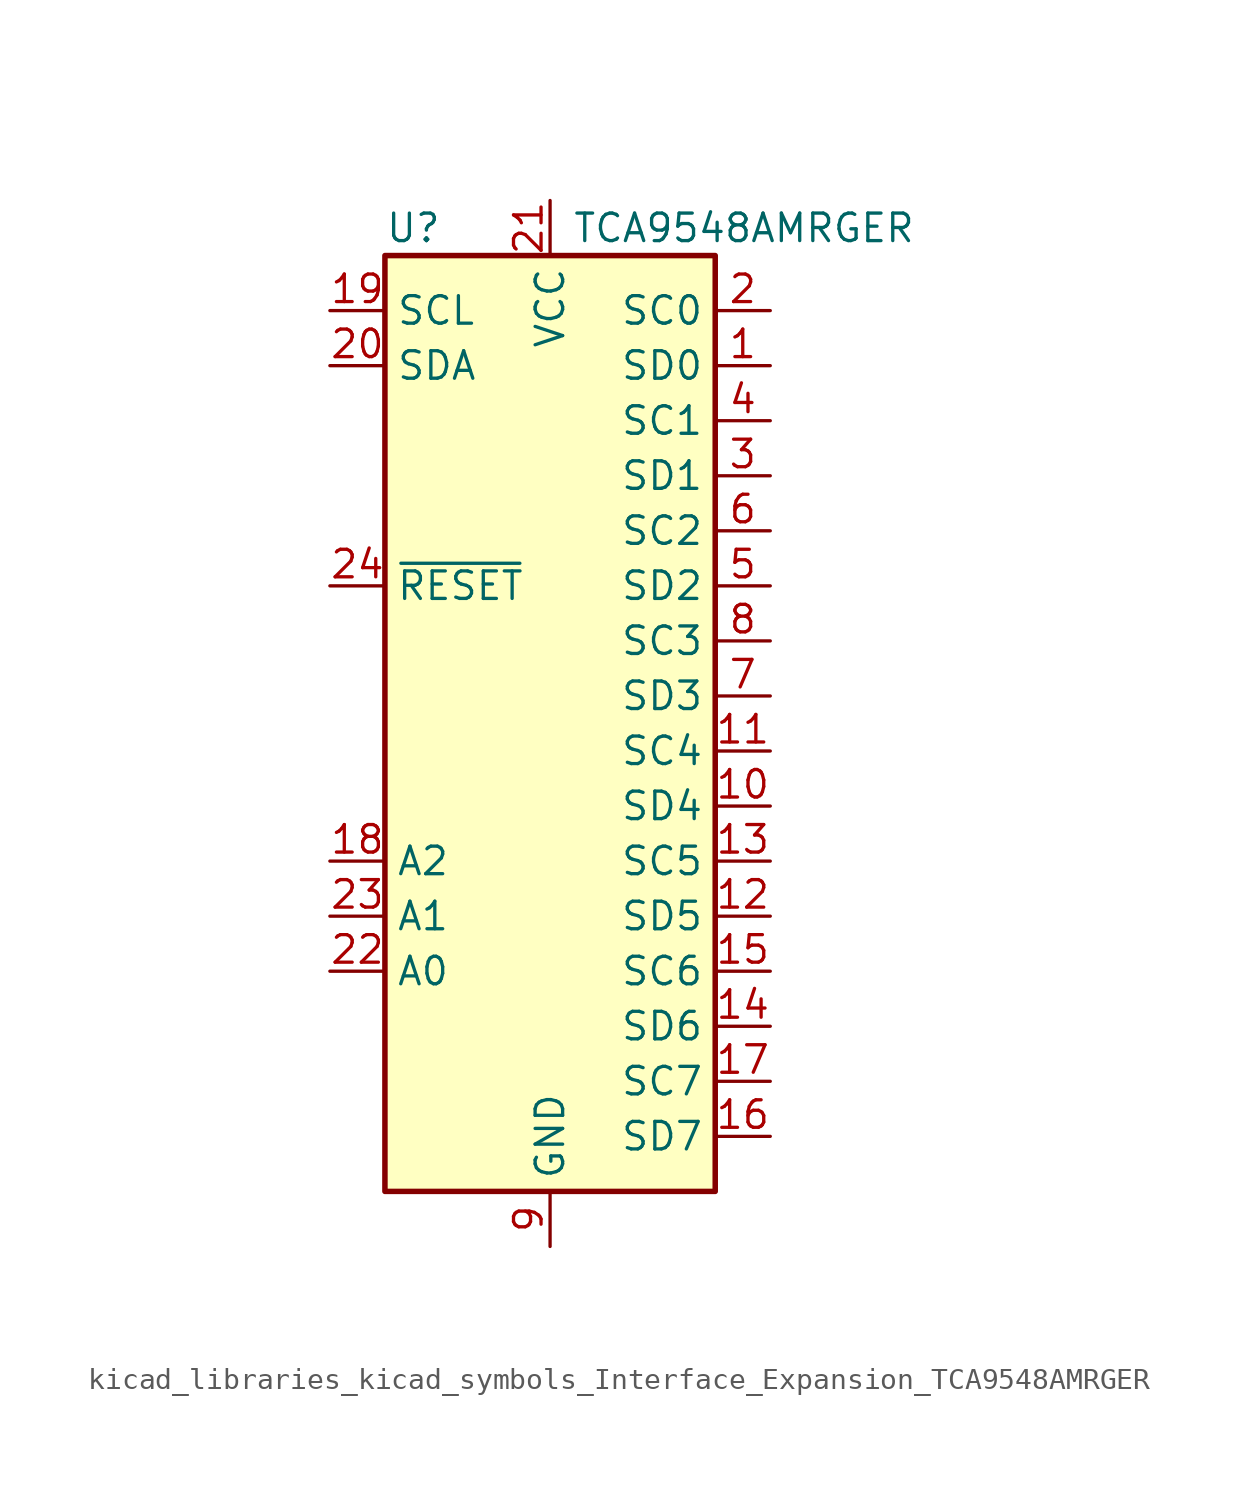
<source format=kicad_sym>
(kicad_symbol_lib
  (version 20220914)
  (generator kicad_symbol_editor)
  (symbol "kicad_libraries_kicad_symbols_Interface_Expansion_TCA9548AMRGER"
    (property "Reference" "U"
      (at -7.62 21.59 0)
      (effects (font (size 1.27 1.27)) (justify left)))
    (property "Value" "TCA9548AMRGER"
      (at 1.016 21.59 0)
      (effects (font (size 1.27 1.27)) (justify left)))
    (symbol "kicad_libraries_kicad_symbols_Interface_Expansion_TCA9548AMRGER_0_1"
      (rectangle (start -7.62 20.32) (end 7.62 -22.86) (stroke (width 0.254) (type default)) (fill (type background))))
    (symbol "kicad_libraries_kicad_symbols_Interface_Expansion_TCA9548AMRGER_1_1"
      (pin bidirectional line (at 10.16 15.24 180) (length 2.54) (name "SD0" (effects (font (size 1.27 1.27)))) (number "1" (effects (font (size 1.27 1.27)))))
      (pin bidirectional line (at 10.16 -5.08 180) (length 2.54) (name "SD4" (effects (font (size 1.27 1.27)))) (number "10" (effects (font (size 1.27 1.27)))))
      (pin output line (at 10.16 -2.54 180) (length 2.54) (name "SC4" (effects (font (size 1.27 1.27)))) (number "11" (effects (font (size 1.27 1.27)))))
      (pin bidirectional line (at 10.16 -10.16 180) (length 2.54) (name "SD5" (effects (font (size 1.27 1.27)))) (number "12" (effects (font (size 1.27 1.27)))))
      (pin output line (at 10.16 -7.62 180) (length 2.54) (name "SC5" (effects (font (size 1.27 1.27)))) (number "13" (effects (font (size 1.27 1.27)))))
      (pin bidirectional line (at 10.16 -15.24 180) (length 2.54) (name "SD6" (effects (font (size 1.27 1.27)))) (number "14" (effects (font (size 1.27 1.27)))))
      (pin output line (at 10.16 -12.7 180) (length 2.54) (name "SC6" (effects (font (size 1.27 1.27)))) (number "15" (effects (font (size 1.27 1.27)))))
      (pin bidirectional line (at 10.16 -20.32 180) (length 2.54) (name "SD7" (effects (font (size 1.27 1.27)))) (number "16" (effects (font (size 1.27 1.27)))))
      (pin output line (at 10.16 -17.78 180) (length 2.54) (name "SC7" (effects (font (size 1.27 1.27)))) (number "17" (effects (font (size 1.27 1.27)))))
      (pin input line (at -10.16 -7.62 0) (length 2.54) (name "A2" (effects (font (size 1.27 1.27)))) (number "18" (effects (font (size 1.27 1.27)))))
      (pin input line (at -10.16 17.78 0) (length 2.54) (name "SCL" (effects (font (size 1.27 1.27)))) (number "19" (effects (font (size 1.27 1.27)))))
      (pin output line (at 10.16 17.78 180) (length 2.54) (name "SC0" (effects (font (size 1.27 1.27)))) (number "2" (effects (font (size 1.27 1.27)))))
      (pin bidirectional line (at -10.16 15.24 0) (length 2.54) (name "SDA" (effects (font (size 1.27 1.27)))) (number "20" (effects (font (size 1.27 1.27)))))
      (pin power_in line (at 0 22.86 270) (length 2.54) (name "VCC" (effects (font (size 1.27 1.27)))) (number "21" (effects (font (size 1.27 1.27)))))
      (pin input line (at -10.16 -12.7 0) (length 2.54) (name "A0" (effects (font (size 1.27 1.27)))) (number "22" (effects (font (size 1.27 1.27)))))
      (pin input line (at -10.16 -10.16 0) (length 2.54) (name "A1" (effects (font (size 1.27 1.27)))) (number "23" (effects (font (size 1.27 1.27)))))
      (pin input line (at -10.16 5.08 0) (length 2.54) (name "~{RESET}" (effects (font (size 1.27 1.27)))) (number "24" (effects (font (size 1.27 1.27)))))
      (pin no_connect line (at -7.62 -15.24 0) (length 2.54) hide (name "1EP" (effects (font (size 1.27 1.27)))) (number "25" (effects (font (size 1.27 1.27)))))
      (pin bidirectional line (at 10.16 10.16 180) (length 2.54) (name "SD1" (effects (font (size 1.27 1.27)))) (number "3" (effects (font (size 1.27 1.27)))))
      (pin output line (at 10.16 12.7 180) (length 2.54) (name "SC1" (effects (font (size 1.27 1.27)))) (number "4" (effects (font (size 1.27 1.27)))))
      (pin bidirectional line (at 10.16 5.08 180) (length 2.54) (name "SD2" (effects (font (size 1.27 1.27)))) (number "5" (effects (font (size 1.27 1.27)))))
      (pin output line (at 10.16 7.62 180) (length 2.54) (name "SC2" (effects (font (size 1.27 1.27)))) (number "6" (effects (font (size 1.27 1.27)))))
      (pin bidirectional line (at 10.16 0 180) (length 2.54) (name "SD3" (effects (font (size 1.27 1.27)))) (number "7" (effects (font (size 1.27 1.27)))))
      (pin output line (at 10.16 2.54 180) (length 2.54) (name "SC3" (effects (font (size 1.27 1.27)))) (number "8" (effects (font (size 1.27 1.27)))))
      (pin power_in line (at 0 -25.4 90) (length 2.54) (name "GND" (effects (font (size 1.27 1.27)))) (number "9" (effects (font (size 1.27 1.27))))))))
</source>
